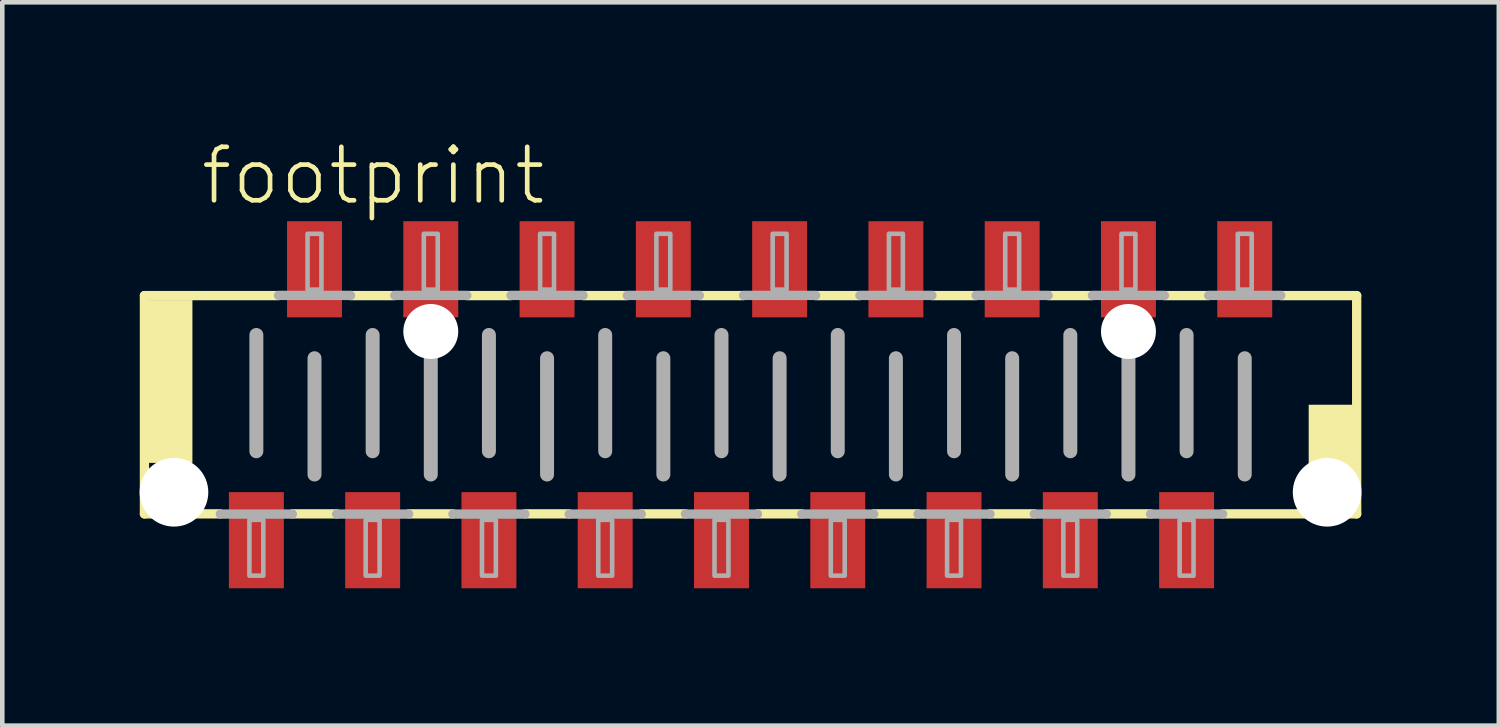
<source format=kicad_pcb>
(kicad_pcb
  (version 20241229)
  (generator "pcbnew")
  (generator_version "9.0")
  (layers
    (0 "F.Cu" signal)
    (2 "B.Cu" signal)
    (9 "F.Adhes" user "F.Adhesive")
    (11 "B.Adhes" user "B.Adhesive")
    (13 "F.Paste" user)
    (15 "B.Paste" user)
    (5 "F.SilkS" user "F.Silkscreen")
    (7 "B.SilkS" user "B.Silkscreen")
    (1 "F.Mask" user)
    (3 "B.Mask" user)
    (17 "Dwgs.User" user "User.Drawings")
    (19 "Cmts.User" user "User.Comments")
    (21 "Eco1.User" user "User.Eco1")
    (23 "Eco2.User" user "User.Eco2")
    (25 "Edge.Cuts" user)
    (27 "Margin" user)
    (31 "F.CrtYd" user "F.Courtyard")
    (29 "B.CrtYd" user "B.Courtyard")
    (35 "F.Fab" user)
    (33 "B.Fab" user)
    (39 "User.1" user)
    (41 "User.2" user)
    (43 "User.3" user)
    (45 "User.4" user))
  (footprint "footprint"
    (layer "F.Cu")
    (at 13.345 5.791)
    (property "Reference" "footprint" (at -12.065 -4.318 0) (layer "F.SilkS") (effects (font (size 1.168 1.168) (thickness 0.102)) (justify left bottom)))
    (fp_line (start -13.24 -2.384) (end -10.312 -2.384) (stroke (width 0.203) (type solid)) (layer "F.SilkS"))
    (fp_line (start -13.24 2.384) (end -13.24 -2.384) (stroke (width 0.203) (type solid)) (layer "F.SilkS"))
    (fp_line (start -11.582 2.384) (end -13.24 2.384) (stroke (width 0.203) (type solid)) (layer "F.SilkS"))
    (fp_line (start -9.042 2.384) (end -10.008 2.384) (stroke (width 0.203) (type solid)) (layer "F.SilkS"))
    (fp_line (start -8.738 -2.384) (end -7.772 -2.384) (stroke (width 0.203) (type solid)) (layer "F.SilkS"))
    (fp_line (start -6.502 2.384) (end -7.468 2.384) (stroke (width 0.203) (type solid)) (layer "F.SilkS"))
    (fp_line (start -6.198 -2.384) (end -5.232 -2.384) (stroke (width 0.203) (type solid)) (layer "F.SilkS"))
    (fp_line (start -3.962 2.384) (end -4.928 2.384) (stroke (width 0.203) (type solid)) (layer "F.SilkS"))
    (fp_line (start -3.658 -2.384) (end -2.692 -2.384) (stroke (width 0.203) (type solid)) (layer "F.SilkS"))
    (fp_line (start -1.422 2.384) (end -2.388 2.384) (stroke (width 0.203) (type solid)) (layer "F.SilkS"))
    (fp_line (start -1.118 -2.384) (end -0.152 -2.384) (stroke (width 0.203) (type solid)) (layer "F.SilkS"))
    (fp_line (start 1.118 2.384) (end 0.152 2.384) (stroke (width 0.203) (type solid)) (layer "F.SilkS"))
    (fp_line (start 1.422 -2.384) (end 2.388 -2.384) (stroke (width 0.203) (type solid)) (layer "F.SilkS"))
    (fp_line (start 3.658 2.384) (end 2.692 2.384) (stroke (width 0.203) (type solid)) (layer "F.SilkS"))
    (fp_line (start 3.962 -2.384) (end 4.928 -2.384) (stroke (width 0.203) (type solid)) (layer "F.SilkS"))
    (fp_line (start 6.198 2.384) (end 5.232 2.384) (stroke (width 0.203) (type solid)) (layer "F.SilkS"))
    (fp_line (start 6.502 -2.384) (end 7.468 -2.384) (stroke (width 0.203) (type solid)) (layer "F.SilkS"))
    (fp_line (start 8.738 2.384) (end 7.772 2.384) (stroke (width 0.203) (type solid)) (layer "F.SilkS"))
    (fp_line (start 9.042 -2.384) (end 10.008 -2.384) (stroke (width 0.203) (type solid)) (layer "F.SilkS"))
    (fp_line (start 11.582 -2.384) (end 13.24 -2.384) (stroke (width 0.203) (type solid)) (layer "F.SilkS"))
    (fp_line (start 13.24 -2.384) (end 13.24 2.384) (stroke (width 0.203) (type solid)) (layer "F.SilkS"))
    (fp_line (start 13.24 2.384) (end 10.312 2.384) (stroke (width 0.203) (type solid)) (layer "F.SilkS"))
    (fp_poly (pts (xy -13.208 1.27) (xy -12.192 1.27) (xy -12.192 -2.286) (xy -13.208 -2.286)) (stroke (width 0) (type solid)) (fill yes) (layer "F.SilkS"))
    (fp_poly (pts (xy 12.192 2.286) (xy 13.208 2.286) (xy 13.208 0) (xy 12.192 0)) (stroke (width 0) (type solid)) (fill yes) (layer "F.SilkS"))
    (fp_line (start -10.795 -1.524) (end -10.795 1.016) (stroke (width 0.305) (type solid)) (layer "F.Fab"))
    (fp_line (start -10.312 -2.388) (end -8.738 -2.388) (stroke (width 0.203) (type solid)) (layer "F.Fab"))
    (fp_line (start -10.008 2.388) (end -11.582 2.388) (stroke (width 0.203) (type solid)) (layer "F.Fab"))
    (fp_line (start -9.525 -1.016) (end -9.525 1.524) (stroke (width 0.305) (type solid)) (layer "F.Fab"))
    (fp_line (start -8.255 -1.524) (end -8.255 1.016) (stroke (width 0.305) (type solid)) (layer "F.Fab"))
    (fp_line (start -7.772 -2.388) (end -6.198 -2.388) (stroke (width 0.203) (type solid)) (layer "F.Fab"))
    (fp_line (start -7.468 2.388) (end -9.042 2.388) (stroke (width 0.203) (type solid)) (layer "F.Fab"))
    (fp_line (start -6.985 -1.016) (end -6.985 1.524) (stroke (width 0.305) (type solid)) (layer "F.Fab"))
    (fp_line (start -5.715 -1.524) (end -5.715 1.016) (stroke (width 0.305) (type solid)) (layer "F.Fab"))
    (fp_line (start -5.232 -2.388) (end -3.658 -2.388) (stroke (width 0.203) (type solid)) (layer "F.Fab"))
    (fp_line (start -4.928 2.388) (end -6.502 2.388) (stroke (width 0.203) (type solid)) (layer "F.Fab"))
    (fp_line (start -4.445 -1.016) (end -4.445 1.524) (stroke (width 0.305) (type solid)) (layer "F.Fab"))
    (fp_line (start -3.175 -1.524) (end -3.175 1.016) (stroke (width 0.305) (type solid)) (layer "F.Fab"))
    (fp_line (start -2.692 -2.388) (end -1.118 -2.388) (stroke (width 0.203) (type solid)) (layer "F.Fab"))
    (fp_line (start -2.388 2.388) (end -3.962 2.388) (stroke (width 0.203) (type solid)) (layer "F.Fab"))
    (fp_line (start -1.905 -1.016) (end -1.905 1.524) (stroke (width 0.305) (type solid)) (layer "F.Fab"))
    (fp_line (start -0.635 -1.524) (end -0.635 1.016) (stroke (width 0.305) (type solid)) (layer "F.Fab"))
    (fp_line (start -0.152 -2.388) (end 1.422 -2.388) (stroke (width 0.203) (type solid)) (layer "F.Fab"))
    (fp_line (start 0.152 2.388) (end -1.422 2.388) (stroke (width 0.203) (type solid)) (layer "F.Fab"))
    (fp_line (start 0.635 -1.016) (end 0.635 1.524) (stroke (width 0.305) (type solid)) (layer "F.Fab"))
    (fp_line (start 1.905 -1.524) (end 1.905 1.016) (stroke (width 0.305) (type solid)) (layer "F.Fab"))
    (fp_line (start 2.388 -2.388) (end 3.962 -2.388) (stroke (width 0.203) (type solid)) (layer "F.Fab"))
    (fp_line (start 2.692 2.388) (end 1.118 2.388) (stroke (width 0.203) (type solid)) (layer "F.Fab"))
    (fp_line (start 3.175 -1.016) (end 3.175 1.524) (stroke (width 0.305) (type solid)) (layer "F.Fab"))
    (fp_line (start 4.445 -1.524) (end 4.445 1.016) (stroke (width 0.305) (type solid)) (layer "F.Fab"))
    (fp_line (start 4.928 -2.388) (end 6.502 -2.388) (stroke (width 0.203) (type solid)) (layer "F.Fab"))
    (fp_line (start 5.232 2.388) (end 3.658 2.388) (stroke (width 0.203) (type solid)) (layer "F.Fab"))
    (fp_line (start 5.715 -1.016) (end 5.715 1.524) (stroke (width 0.305) (type solid)) (layer "F.Fab"))
    (fp_line (start 6.985 -1.524) (end 6.985 1.016) (stroke (width 0.305) (type solid)) (layer "F.Fab"))
    (fp_line (start 7.468 -2.388) (end 9.042 -2.388) (stroke (width 0.203) (type solid)) (layer "F.Fab"))
    (fp_line (start 7.772 2.388) (end 6.198 2.388) (stroke (width 0.203) (type solid)) (layer "F.Fab"))
    (fp_line (start 8.255 -1.016) (end 8.255 1.524) (stroke (width 0.305) (type solid)) (layer "F.Fab"))
    (fp_line (start 9.525 -1.524) (end 9.525 1.016) (stroke (width 0.305) (type solid)) (layer "F.Fab"))
    (fp_line (start 10.008 -2.388) (end 11.582 -2.388) (stroke (width 0.203) (type solid)) (layer "F.Fab"))
    (fp_line (start 10.312 2.388) (end 8.738 2.388) (stroke (width 0.203) (type solid)) (layer "F.Fab"))
    (fp_line (start 10.795 -1.016) (end 10.795 1.524) (stroke (width 0.305) (type solid)) (layer "F.Fab"))
    (fp_poly (pts (xy -10.947 3.734) (xy -10.643 3.734) (xy -10.643 2.515) (xy -10.947 2.515)) (stroke (width 0.1) (type solid)) (fill no) (layer "F.Fab"))
    (fp_poly (pts (xy -9.677 -2.515) (xy -9.373 -2.515) (xy -9.373 -3.734) (xy -9.677 -3.734)) (stroke (width 0.1) (type solid)) (fill no) (layer "F.Fab"))
    (fp_poly (pts (xy -8.407 3.734) (xy -8.103 3.734) (xy -8.103 2.515) (xy -8.407 2.515)) (stroke (width 0.1) (type solid)) (fill no) (layer "F.Fab"))
    (fp_poly (pts (xy -7.137 -2.515) (xy -6.833 -2.515) (xy -6.833 -3.734) (xy -7.137 -3.734)) (stroke (width 0.1) (type solid)) (fill no) (layer "F.Fab"))
    (fp_poly (pts (xy -5.867 3.734) (xy -5.563 3.734) (xy -5.563 2.515) (xy -5.867 2.515)) (stroke (width 0.1) (type solid)) (fill no) (layer "F.Fab"))
    (fp_poly (pts (xy -4.597 -2.515) (xy -4.293 -2.515) (xy -4.293 -3.734) (xy -4.597 -3.734)) (stroke (width 0.1) (type solid)) (fill no) (layer "F.Fab"))
    (fp_poly (pts (xy -3.327 3.734) (xy -3.023 3.734) (xy -3.023 2.515) (xy -3.327 2.515)) (stroke (width 0.1) (type solid)) (fill no) (layer "F.Fab"))
    (fp_poly (pts (xy -2.057 -2.515) (xy -1.753 -2.515) (xy -1.753 -3.734) (xy -2.057 -3.734)) (stroke (width 0.1) (type solid)) (fill no) (layer "F.Fab"))
    (fp_poly (pts (xy -0.787 3.734) (xy -0.483 3.734) (xy -0.483 2.515) (xy -0.787 2.515)) (stroke (width 0.1) (type solid)) (fill no) (layer "F.Fab"))
    (fp_poly (pts (xy 0.483 -2.515) (xy 0.787 -2.515) (xy 0.787 -3.734) (xy 0.483 -3.734)) (stroke (width 0.1) (type solid)) (fill no) (layer "F.Fab"))
    (fp_poly (pts (xy 1.753 3.734) (xy 2.057 3.734) (xy 2.057 2.515) (xy 1.753 2.515)) (stroke (width 0.1) (type solid)) (fill no) (layer "F.Fab"))
    (fp_poly (pts (xy 3.023 -2.515) (xy 3.327 -2.515) (xy 3.327 -3.734) (xy 3.023 -3.734)) (stroke (width 0.1) (type solid)) (fill no) (layer "F.Fab"))
    (fp_poly (pts (xy 4.293 3.734) (xy 4.597 3.734) (xy 4.597 2.515) (xy 4.293 2.515)) (stroke (width 0.1) (type solid)) (fill no) (layer "F.Fab"))
    (fp_poly (pts (xy 5.563 -2.515) (xy 5.867 -2.515) (xy 5.867 -3.734) (xy 5.563 -3.734)) (stroke (width 0.1) (type solid)) (fill no) (layer "F.Fab"))
    (fp_poly (pts (xy 6.833 3.734) (xy 7.137 3.734) (xy 7.137 2.515) (xy 6.833 2.515)) (stroke (width 0.1) (type solid)) (fill no) (layer "F.Fab"))
    (fp_poly (pts (xy 8.103 -2.515) (xy 8.407 -2.515) (xy 8.407 -3.734) (xy 8.103 -3.734)) (stroke (width 0.1) (type solid)) (fill no) (layer "F.Fab"))
    (fp_poly (pts (xy 9.373 3.734) (xy 9.677 3.734) (xy 9.677 2.515) (xy 9.373 2.515)) (stroke (width 0.1) (type solid)) (fill no) (layer "F.Fab"))
    (fp_poly (pts (xy 10.643 -2.515) (xy 10.947 -2.515) (xy 10.947 -3.734) (xy 10.643 -3.734)) (stroke (width 0.1) (type solid)) (fill no) (layer "F.Fab"))
    (pad "" np_thru_hole circle (at -12.595 1.912) (size 1.5 1.5) (drill 1.5) (layers "*.Cu" "*.Mask"))
    (pad "" np_thru_hole circle (at -6.985 -1.6) (size 1.2 1.2) (drill 1.2) (layers "*.Cu" "*.Mask"))
    (pad "" np_thru_hole circle (at 8.255 -1.6) (size 1.2 1.2) (drill 1.2) (layers "*.Cu" "*.Mask"))
    (pad "" np_thru_hole circle (at 12.595 1.912) (size 1.5 1.5) (drill 1.5) (layers "*.Cu" "*.Mask"))
    (pad "1" smd rect (at -10.795 2.959) (size 1.2 2.1) (layers "F.Cu" "F.Mask" "F.Paste"))
    (pad "2" smd rect (at -9.525 -2.959) (size 1.2 2.1) (layers "F.Cu" "F.Mask" "F.Paste"))
    (pad "3" smd rect (at -8.255 2.959) (size 1.2 2.1) (layers "F.Cu" "F.Mask" "F.Paste"))
    (pad "4" smd rect (at -6.985 -2.959) (size 1.2 2.1) (layers "F.Cu" "F.Mask" "F.Paste"))
    (pad "5" smd rect (at -5.715 2.959) (size 1.2 2.1) (layers "F.Cu" "F.Mask" "F.Paste"))
    (pad "6" smd rect (at -4.445 -2.959) (size 1.2 2.1) (layers "F.Cu" "F.Mask" "F.Paste"))
    (pad "7" smd rect (at -3.175 2.959) (size 1.2 2.1) (layers "F.Cu" "F.Mask" "F.Paste"))
    (pad "8" smd rect (at -1.905 -2.959) (size 1.2 2.1) (layers "F.Cu" "F.Mask" "F.Paste"))
    (pad "9" smd rect (at -0.635 2.959) (size 1.2 2.1) (layers "F.Cu" "F.Mask" "F.Paste"))
    (pad "10" smd rect (at 0.635 -2.959) (size 1.2 2.1) (layers "F.Cu" "F.Mask" "F.Paste"))
    (pad "11" smd rect (at 1.905 2.959) (size 1.2 2.1) (layers "F.Cu" "F.Mask" "F.Paste"))
    (pad "12" smd rect (at 3.175 -2.959) (size 1.2 2.1) (layers "F.Cu" "F.Mask" "F.Paste"))
    (pad "13" smd rect (at 4.445 2.959) (size 1.2 2.1) (layers "F.Cu" "F.Mask" "F.Paste"))
    (pad "14" smd rect (at 5.715 -2.959) (size 1.2 2.1) (layers "F.Cu" "F.Mask" "F.Paste"))
    (pad "15" smd rect (at 6.985 2.959) (size 1.2 2.1) (layers "F.Cu" "F.Mask" "F.Paste"))
    (pad "16" smd rect (at 8.255 -2.959) (size 1.2 2.1) (layers "F.Cu" "F.Mask" "F.Paste"))
    (pad "17" smd rect (at 9.525 2.959) (size 1.2 2.1) (layers "F.Cu" "F.Mask" "F.Paste"))
    (pad "18" smd rect (at 10.795 -2.959) (size 1.2 2.1) (layers "F.Cu" "F.Mask" "F.Paste")))
  (gr_rect
    (start -3 -3)
    (end 29.69 12.8)
    (stroke (width 0.1) (type default))
    (fill no)
    (layer "Edge.Cuts")))
</source>
